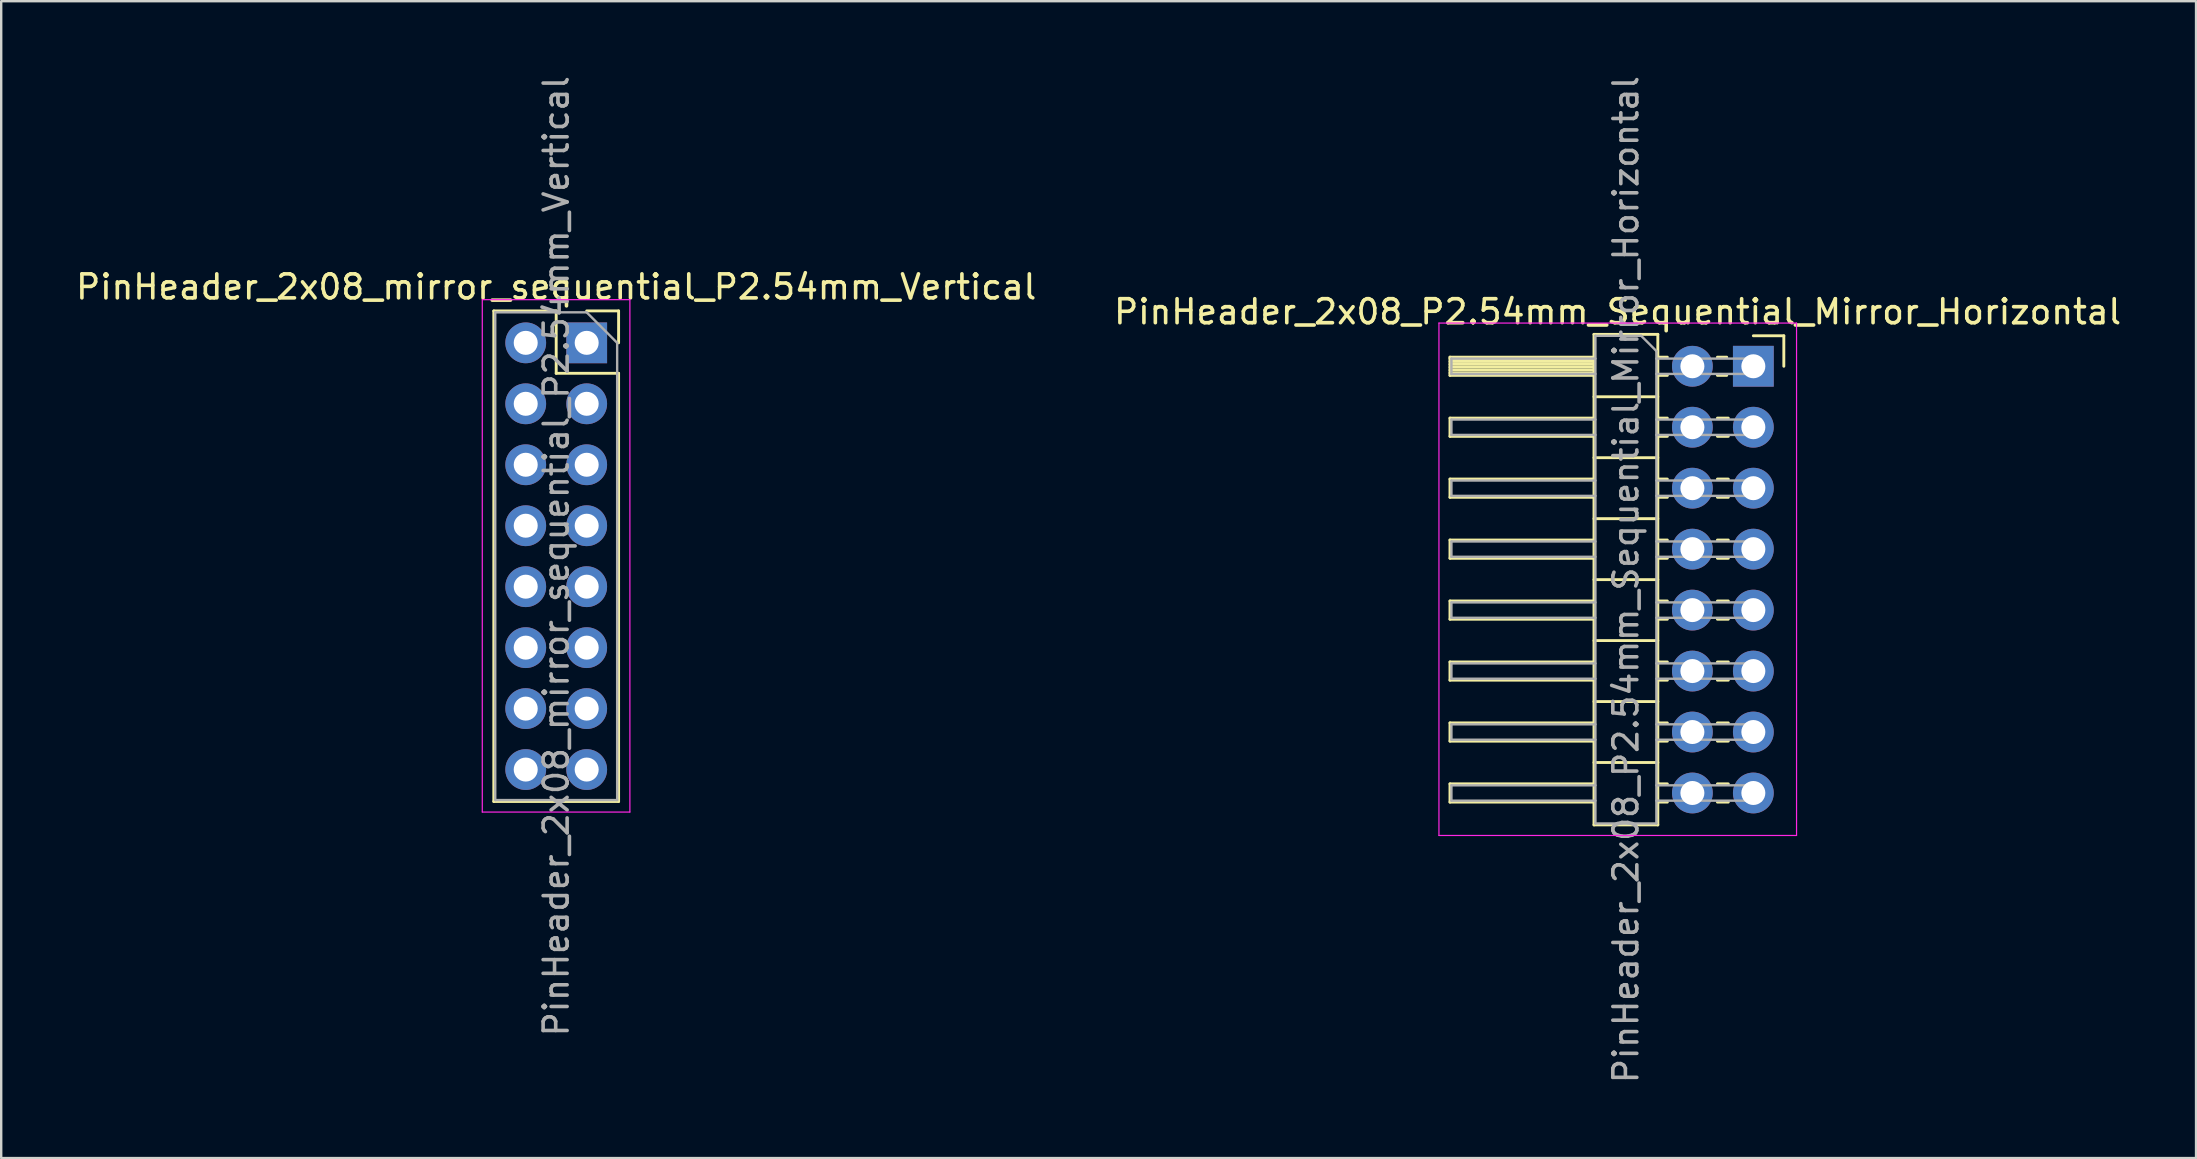
<source format=kicad_pcb>
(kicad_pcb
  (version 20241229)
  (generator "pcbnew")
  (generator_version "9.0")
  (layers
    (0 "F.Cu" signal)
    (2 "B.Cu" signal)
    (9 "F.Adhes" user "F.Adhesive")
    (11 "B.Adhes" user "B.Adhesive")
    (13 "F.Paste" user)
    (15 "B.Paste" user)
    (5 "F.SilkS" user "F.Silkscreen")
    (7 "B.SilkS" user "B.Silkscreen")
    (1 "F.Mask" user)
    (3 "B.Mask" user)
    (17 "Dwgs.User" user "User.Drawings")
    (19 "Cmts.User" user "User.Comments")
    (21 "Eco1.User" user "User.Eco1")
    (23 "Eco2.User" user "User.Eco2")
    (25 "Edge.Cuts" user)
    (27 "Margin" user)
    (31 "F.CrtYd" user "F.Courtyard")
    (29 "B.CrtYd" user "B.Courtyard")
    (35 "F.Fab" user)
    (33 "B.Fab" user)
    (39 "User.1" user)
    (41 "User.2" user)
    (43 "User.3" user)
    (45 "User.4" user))
  (footprint "PinHeader_2x08_P2.54mm_Sequential_Mirror_Horizontal"
    (layer "F.Cu")
    (at 70.006 12.211)
    (property "Reference" "PinHeader_2x08_P2.54mm_Sequential_Mirror_Horizontal" (at -5.655 -2.27 0) (layer "F.SilkS") (effects (font (size 1 1) (thickness 0.15))))
    (attr through_hole)
    (fp_line (start -12.64 -0.38) (end -12.64 0.38) (stroke (width 0.12) (type solid)) (layer "F.SilkS"))
    (fp_line (start -12.64 0.38) (end -6.64 0.38) (stroke (width 0.12) (type solid)) (layer "F.SilkS"))
    (fp_line (start -12.64 2.16) (end -12.64 2.92) (stroke (width 0.12) (type solid)) (layer "F.SilkS"))
    (fp_line (start -12.64 2.92) (end -6.64 2.92) (stroke (width 0.12) (type solid)) (layer "F.SilkS"))
    (fp_line (start -12.64 4.7) (end -12.64 5.46) (stroke (width 0.12) (type solid)) (layer "F.SilkS"))
    (fp_line (start -12.64 5.46) (end -6.64 5.46) (stroke (width 0.12) (type solid)) (layer "F.SilkS"))
    (fp_line (start -12.64 7.24) (end -12.64 8) (stroke (width 0.12) (type solid)) (layer "F.SilkS"))
    (fp_line (start -12.64 8) (end -6.64 8) (stroke (width 0.12) (type solid)) (layer "F.SilkS"))
    (fp_line (start -12.64 9.78) (end -12.64 10.54) (stroke (width 0.12) (type solid)) (layer "F.SilkS"))
    (fp_line (start -12.64 10.54) (end -6.64 10.54) (stroke (width 0.12) (type solid)) (layer "F.SilkS"))
    (fp_line (start -12.64 12.32) (end -12.64 13.08) (stroke (width 0.12) (type solid)) (layer "F.SilkS"))
    (fp_line (start -12.64 13.08) (end -6.64 13.08) (stroke (width 0.12) (type solid)) (layer "F.SilkS"))
    (fp_line (start -12.64 14.86) (end -12.64 15.62) (stroke (width 0.12) (type solid)) (layer "F.SilkS"))
    (fp_line (start -12.64 15.62) (end -6.64 15.62) (stroke (width 0.12) (type solid)) (layer "F.SilkS"))
    (fp_line (start -12.64 17.4) (end -12.64 18.16) (stroke (width 0.12) (type solid)) (layer "F.SilkS"))
    (fp_line (start -12.64 18.16) (end -6.64 18.16) (stroke (width 0.12) (type solid)) (layer "F.SilkS"))
    (fp_line (start -6.64 -1.33) (end -3.98 -1.33) (stroke (width 0.12) (type solid)) (layer "F.SilkS"))
    (fp_line (start -6.64 -0.38) (end -12.64 -0.38) (stroke (width 0.12) (type solid)) (layer "F.SilkS"))
    (fp_line (start -6.64 -0.32) (end -12.64 -0.32) (stroke (width 0.12) (type solid)) (layer "F.SilkS"))
    (fp_line (start -6.64 -0.2) (end -12.64 -0.2) (stroke (width 0.12) (type solid)) (layer "F.SilkS"))
    (fp_line (start -6.64 -0.08) (end -12.64 -0.08) (stroke (width 0.12) (type solid)) (layer "F.SilkS"))
    (fp_line (start -6.64 0.04) (end -12.64 0.04) (stroke (width 0.12) (type solid)) (layer "F.SilkS"))
    (fp_line (start -6.64 0.16) (end -12.64 0.16) (stroke (width 0.12) (type solid)) (layer "F.SilkS"))
    (fp_line (start -6.64 0.28) (end -12.64 0.28) (stroke (width 0.12) (type solid)) (layer "F.SilkS"))
    (fp_line (start -6.64 2.16) (end -12.64 2.16) (stroke (width 0.12) (type solid)) (layer "F.SilkS"))
    (fp_line (start -6.64 4.7) (end -12.64 4.7) (stroke (width 0.12) (type solid)) (layer "F.SilkS"))
    (fp_line (start -6.64 7.24) (end -12.64 7.24) (stroke (width 0.12) (type solid)) (layer "F.SilkS"))
    (fp_line (start -6.64 9.78) (end -12.64 9.78) (stroke (width 0.12) (type solid)) (layer "F.SilkS"))
    (fp_line (start -6.64 12.32) (end -12.64 12.32) (stroke (width 0.12) (type solid)) (layer "F.SilkS"))
    (fp_line (start -6.64 14.86) (end -12.64 14.86) (stroke (width 0.12) (type solid)) (layer "F.SilkS"))
    (fp_line (start -6.64 17.4) (end -12.64 17.4) (stroke (width 0.12) (type solid)) (layer "F.SilkS"))
    (fp_line (start -6.64 19.11) (end -6.64 -1.33) (stroke (width 0.12) (type solid)) (layer "F.SilkS"))
    (fp_line (start -3.98 -1.33) (end -3.98 19.11) (stroke (width 0.12) (type solid)) (layer "F.SilkS"))
    (fp_line (start -3.98 1.27) (end -6.64 1.27) (stroke (width 0.12) (type solid)) (layer "F.SilkS"))
    (fp_line (start -3.98 3.81) (end -6.64 3.81) (stroke (width 0.12) (type solid)) (layer "F.SilkS"))
    (fp_line (start -3.98 6.35) (end -6.64 6.35) (stroke (width 0.12) (type solid)) (layer "F.SilkS"))
    (fp_line (start -3.98 8.89) (end -6.64 8.89) (stroke (width 0.12) (type solid)) (layer "F.SilkS"))
    (fp_line (start -3.98 11.43) (end -6.64 11.43) (stroke (width 0.12) (type solid)) (layer "F.SilkS"))
    (fp_line (start -3.98 13.97) (end -6.64 13.97) (stroke (width 0.12) (type solid)) (layer "F.SilkS"))
    (fp_line (start -3.98 16.51) (end -6.64 16.51) (stroke (width 0.12) (type solid)) (layer "F.SilkS"))
    (fp_line (start -3.98 19.11) (end -6.64 19.11) (stroke (width 0.12) (type solid)) (layer "F.SilkS"))
    (fp_line (start -3.583 -0.38) (end -3.98 -0.38) (stroke (width 0.12) (type solid)) (layer "F.SilkS"))
    (fp_line (start -3.583 0.38) (end -3.98 0.38) (stroke (width 0.12) (type solid)) (layer "F.SilkS"))
    (fp_line (start -3.583 2.16) (end -3.98 2.16) (stroke (width 0.12) (type solid)) (layer "F.SilkS"))
    (fp_line (start -3.583 2.92) (end -3.98 2.92) (stroke (width 0.12) (type solid)) (layer "F.SilkS"))
    (fp_line (start -3.583 4.7) (end -3.98 4.7) (stroke (width 0.12) (type solid)) (layer "F.SilkS"))
    (fp_line (start -3.583 5.46) (end -3.98 5.46) (stroke (width 0.12) (type solid)) (layer "F.SilkS"))
    (fp_line (start -3.583 7.24) (end -3.98 7.24) (stroke (width 0.12) (type solid)) (layer "F.SilkS"))
    (fp_line (start -3.583 8) (end -3.98 8) (stroke (width 0.12) (type solid)) (layer "F.SilkS"))
    (fp_line (start -3.583 9.78) (end -3.98 9.78) (stroke (width 0.12) (type solid)) (layer "F.SilkS"))
    (fp_line (start -3.583 10.54) (end -3.98 10.54) (stroke (width 0.12) (type solid)) (layer "F.SilkS"))
    (fp_line (start -3.583 12.32) (end -3.98 12.32) (stroke (width 0.12) (type solid)) (layer "F.SilkS"))
    (fp_line (start -3.583 13.08) (end -3.98 13.08) (stroke (width 0.12) (type solid)) (layer "F.SilkS"))
    (fp_line (start -3.583 14.86) (end -3.98 14.86) (stroke (width 0.12) (type solid)) (layer "F.SilkS"))
    (fp_line (start -3.583 15.62) (end -3.98 15.62) (stroke (width 0.12) (type solid)) (layer "F.SilkS"))
    (fp_line (start -3.583 17.4) (end -3.98 17.4) (stroke (width 0.12) (type solid)) (layer "F.SilkS"))
    (fp_line (start -3.583 18.16) (end -3.98 18.16) (stroke (width 0.12) (type solid)) (layer "F.SilkS"))
    (fp_line (start -1.11 -0.38) (end -1.497 -0.38) (stroke (width 0.12) (type solid)) (layer "F.SilkS"))
    (fp_line (start -1.11 0.38) (end -1.497 0.38) (stroke (width 0.12) (type solid)) (layer "F.SilkS"))
    (fp_line (start -1.043 2.16) (end -1.497 2.16) (stroke (width 0.12) (type solid)) (layer "F.SilkS"))
    (fp_line (start -1.043 2.92) (end -1.497 2.92) (stroke (width 0.12) (type solid)) (layer "F.SilkS"))
    (fp_line (start -1.043 4.7) (end -1.497 4.7) (stroke (width 0.12) (type solid)) (layer "F.SilkS"))
    (fp_line (start -1.043 5.46) (end -1.497 5.46) (stroke (width 0.12) (type solid)) (layer "F.SilkS"))
    (fp_line (start -1.043 7.24) (end -1.497 7.24) (stroke (width 0.12) (type solid)) (layer "F.SilkS"))
    (fp_line (start -1.043 8) (end -1.497 8) (stroke (width 0.12) (type solid)) (layer "F.SilkS"))
    (fp_line (start -1.043 9.78) (end -1.497 9.78) (stroke (width 0.12) (type solid)) (layer "F.SilkS"))
    (fp_line (start -1.043 10.54) (end -1.497 10.54) (stroke (width 0.12) (type solid)) (layer "F.SilkS"))
    (fp_line (start -1.043 12.32) (end -1.497 12.32) (stroke (width 0.12) (type solid)) (layer "F.SilkS"))
    (fp_line (start -1.043 13.08) (end -1.497 13.08) (stroke (width 0.12) (type solid)) (layer "F.SilkS"))
    (fp_line (start -1.043 14.86) (end -1.497 14.86) (stroke (width 0.12) (type solid)) (layer "F.SilkS"))
    (fp_line (start -1.043 15.62) (end -1.497 15.62) (stroke (width 0.12) (type solid)) (layer "F.SilkS"))
    (fp_line (start -1.043 17.4) (end -1.497 17.4) (stroke (width 0.12) (type solid)) (layer "F.SilkS"))
    (fp_line (start -1.043 18.16) (end -1.497 18.16) (stroke (width 0.12) (type solid)) (layer "F.SilkS"))
    (fp_line (start 1.27 -1.27) (end 0 -1.27) (stroke (width 0.12) (type solid)) (layer "F.SilkS"))
    (fp_line (start 1.27 0) (end 1.27 -1.27) (stroke (width 0.12) (type solid)) (layer "F.SilkS"))
    (fp_line (start -13.1 -1.8) (end 1.8 -1.8) (stroke (width 0.05) (type solid)) (layer "F.CrtYd"))
    (fp_line (start -13.1 19.55) (end -13.1 -1.8) (stroke (width 0.05) (type solid)) (layer "F.CrtYd"))
    (fp_line (start 1.8 -1.8) (end 1.8 19.55) (stroke (width 0.05) (type solid)) (layer "F.CrtYd"))
    (fp_line (start 1.8 19.55) (end -13.1 19.55) (stroke (width 0.05) (type solid)) (layer "F.CrtYd"))
    (fp_line (start -12.58 -0.32) (end -12.58 0.32) (stroke (width 0.1) (type solid)) (layer "F.Fab"))
    (fp_line (start -12.58 2.22) (end -12.58 2.86) (stroke (width 0.1) (type solid)) (layer "F.Fab"))
    (fp_line (start -12.58 4.76) (end -12.58 5.4) (stroke (width 0.1) (type solid)) (layer "F.Fab"))
    (fp_line (start -12.58 7.3) (end -12.58 7.94) (stroke (width 0.1) (type solid)) (layer "F.Fab"))
    (fp_line (start -12.58 9.84) (end -12.58 10.48) (stroke (width 0.1) (type solid)) (layer "F.Fab"))
    (fp_line (start -12.58 12.38) (end -12.58 13.02) (stroke (width 0.1) (type solid)) (layer "F.Fab"))
    (fp_line (start -12.58 14.92) (end -12.58 15.56) (stroke (width 0.1) (type solid)) (layer "F.Fab"))
    (fp_line (start -12.58 17.46) (end -12.58 18.1) (stroke (width 0.1) (type solid)) (layer "F.Fab"))
    (fp_line (start -6.58 -1.27) (end -6.58 19.05) (stroke (width 0.1) (type solid)) (layer "F.Fab"))
    (fp_line (start -6.58 -0.32) (end -12.58 -0.32) (stroke (width 0.1) (type solid)) (layer "F.Fab"))
    (fp_line (start -6.58 0.32) (end -12.58 0.32) (stroke (width 0.1) (type solid)) (layer "F.Fab"))
    (fp_line (start -6.58 2.22) (end -12.58 2.22) (stroke (width 0.1) (type solid)) (layer "F.Fab"))
    (fp_line (start -6.58 2.86) (end -12.58 2.86) (stroke (width 0.1) (type solid)) (layer "F.Fab"))
    (fp_line (start -6.58 4.76) (end -12.58 4.76) (stroke (width 0.1) (type solid)) (layer "F.Fab"))
    (fp_line (start -6.58 5.4) (end -12.58 5.4) (stroke (width 0.1) (type solid)) (layer "F.Fab"))
    (fp_line (start -6.58 7.3) (end -12.58 7.3) (stroke (width 0.1) (type solid)) (layer "F.Fab"))
    (fp_line (start -6.58 7.94) (end -12.58 7.94) (stroke (width 0.1) (type solid)) (layer "F.Fab"))
    (fp_line (start -6.58 9.84) (end -12.58 9.84) (stroke (width 0.1) (type solid)) (layer "F.Fab"))
    (fp_line (start -6.58 10.48) (end -12.58 10.48) (stroke (width 0.1) (type solid)) (layer "F.Fab"))
    (fp_line (start -6.58 12.38) (end -12.58 12.38) (stroke (width 0.1) (type solid)) (layer "F.Fab"))
    (fp_line (start -6.58 13.02) (end -12.58 13.02) (stroke (width 0.1) (type solid)) (layer "F.Fab"))
    (fp_line (start -6.58 14.92) (end -12.58 14.92) (stroke (width 0.1) (type solid)) (layer "F.Fab"))
    (fp_line (start -6.58 15.56) (end -12.58 15.56) (stroke (width 0.1) (type solid)) (layer "F.Fab"))
    (fp_line (start -6.58 17.46) (end -12.58 17.46) (stroke (width 0.1) (type solid)) (layer "F.Fab"))
    (fp_line (start -6.58 18.1) (end -12.58 18.1) (stroke (width 0.1) (type solid)) (layer "F.Fab"))
    (fp_line (start -6.58 19.05) (end -4.04 19.05) (stroke (width 0.1) (type solid)) (layer "F.Fab"))
    (fp_line (start -4.675 -1.27) (end -6.58 -1.27) (stroke (width 0.1) (type solid)) (layer "F.Fab"))
    (fp_line (start -4.04 -0.635) (end -4.675 -1.27) (stroke (width 0.1) (type solid)) (layer "F.Fab"))
    (fp_line (start -4.04 19.05) (end -4.04 -0.635) (stroke (width 0.1) (type solid)) (layer "F.Fab"))
    (fp_line (start 0.32 -0.32) (end -4.04 -0.32) (stroke (width 0.1) (type solid)) (layer "F.Fab"))
    (fp_line (start 0.32 -0.32) (end 0.32 0.32) (stroke (width 0.1) (type solid)) (layer "F.Fab"))
    (fp_line (start 0.32 0.32) (end -4.04 0.32) (stroke (width 0.1) (type solid)) (layer "F.Fab"))
    (fp_line (start 0.32 2.22) (end -4.04 2.22) (stroke (width 0.1) (type solid)) (layer "F.Fab"))
    (fp_line (start 0.32 2.22) (end 0.32 2.86) (stroke (width 0.1) (type solid)) (layer "F.Fab"))
    (fp_line (start 0.32 2.86) (end -4.04 2.86) (stroke (width 0.1) (type solid)) (layer "F.Fab"))
    (fp_line (start 0.32 4.76) (end -4.04 4.76) (stroke (width 0.1) (type solid)) (layer "F.Fab"))
    (fp_line (start 0.32 4.76) (end 0.32 5.4) (stroke (width 0.1) (type solid)) (layer "F.Fab"))
    (fp_line (start 0.32 5.4) (end -4.04 5.4) (stroke (width 0.1) (type solid)) (layer "F.Fab"))
    (fp_line (start 0.32 7.3) (end -4.04 7.3) (stroke (width 0.1) (type solid)) (layer "F.Fab"))
    (fp_line (start 0.32 7.3) (end 0.32 7.94) (stroke (width 0.1) (type solid)) (layer "F.Fab"))
    (fp_line (start 0.32 7.94) (end -4.04 7.94) (stroke (width 0.1) (type solid)) (layer "F.Fab"))
    (fp_line (start 0.32 9.84) (end -4.04 9.84) (stroke (width 0.1) (type solid)) (layer "F.Fab"))
    (fp_line (start 0.32 9.84) (end 0.32 10.48) (stroke (width 0.1) (type solid)) (layer "F.Fab"))
    (fp_line (start 0.32 10.48) (end -4.04 10.48) (stroke (width 0.1) (type solid)) (layer "F.Fab"))
    (fp_line (start 0.32 12.38) (end -4.04 12.38) (stroke (width 0.1) (type solid)) (layer "F.Fab"))
    (fp_line (start 0.32 12.38) (end 0.32 13.02) (stroke (width 0.1) (type solid)) (layer "F.Fab"))
    (fp_line (start 0.32 13.02) (end -4.04 13.02) (stroke (width 0.1) (type solid)) (layer "F.Fab"))
    (fp_line (start 0.32 14.92) (end -4.04 14.92) (stroke (width 0.1) (type solid)) (layer "F.Fab"))
    (fp_line (start 0.32 14.92) (end 0.32 15.56) (stroke (width 0.1) (type solid)) (layer "F.Fab"))
    (fp_line (start 0.32 15.56) (end -4.04 15.56) (stroke (width 0.1) (type solid)) (layer "F.Fab"))
    (fp_line (start 0.32 17.46) (end -4.04 17.46) (stroke (width 0.1) (type solid)) (layer "F.Fab"))
    (fp_line (start 0.32 17.46) (end 0.32 18.1) (stroke (width 0.1) (type solid)) (layer "F.Fab"))
    (fp_line (start 0.32 18.1) (end -4.04 18.1) (stroke (width 0.1) (type solid)) (layer "F.Fab"))
    (fp_text user "${REFERENCE}" (at -5.31 8.89 90) (layer "F.Fab") (effects (font (size 1 1) (thickness 0.15))))
    (pad "1" thru_hole rect (at 0 0) (size 1.7 1.7) (drill 1) (layers "*.Cu" "*.Mask"))
    (pad "2" thru_hole oval (at 0 2.54) (size 1.7 1.7) (drill 1) (layers "*.Cu" "*.Mask"))
    (pad "3" thru_hole oval (at 0 5.08) (size 1.7 1.7) (drill 1) (layers "*.Cu" "*.Mask"))
    (pad "4" thru_hole oval (at 0 7.62) (size 1.7 1.7) (drill 1) (layers "*.Cu" "*.Mask"))
    (pad "5" thru_hole oval (at 0 10.16) (size 1.7 1.7) (drill 1) (layers "*.Cu" "*.Mask"))
    (pad "6" thru_hole oval (at 0 12.7) (size 1.7 1.7) (drill 1) (layers "*.Cu" "*.Mask"))
    (pad "7" thru_hole oval (at 0 15.24) (size 1.7 1.7) (drill 1) (layers "*.Cu" "*.Mask"))
    (pad "8" thru_hole oval (at 0 17.78) (size 1.7 1.7) (drill 1) (layers "*.Cu" "*.Mask"))
    (pad "9" thru_hole oval (at -2.54 0) (size 1.7 1.7) (drill 1) (layers "*.Cu" "*.Mask"))
    (pad "10" thru_hole oval (at -2.54 2.54) (size 1.7 1.7) (drill 1) (layers "*.Cu" "*.Mask"))
    (pad "11" thru_hole oval (at -2.54 5.08) (size 1.7 1.7) (drill 1) (layers "*.Cu" "*.Mask"))
    (pad "12" thru_hole oval (at -2.54 7.62) (size 1.7 1.7) (drill 1) (layers "*.Cu" "*.Mask"))
    (pad "13" thru_hole oval (at -2.54 10.16) (size 1.7 1.7) (drill 1) (layers "*.Cu" "*.Mask"))
    (pad "14" thru_hole oval (at -2.54 12.7) (size 1.7 1.7) (drill 1) (layers "*.Cu" "*.Mask"))
    (pad "15" thru_hole oval (at -2.54 15.24) (size 1.7 1.7) (drill 1) (layers "*.Cu" "*.Mask"))
    (pad "16" thru_hole oval (at -2.54 17.78) (size 1.7 1.7) (drill 1) (layers "*.Cu" "*.Mask")))
  (footprint "PinHeader_2x08_mirror_sequential_P2.54mm_Vertical"
    (layer "F.Cu")
    (at 21.395 11.235)
    (property "Reference" "PinHeader_2x08_mirror_sequential_P2.54mm_Vertical" (at -1.27 -2.33 0) (layer "F.SilkS") (effects (font (size 1 1) (thickness 0.15))))
    (attr through_hole)
    (fp_line (start -3.87 -1.33) (end -3.87 19.11) (stroke (width 0.12) (type solid)) (layer "F.SilkS"))
    (fp_line (start -1.27 -1.33) (end -3.87 -1.33) (stroke (width 0.12) (type solid)) (layer "F.SilkS"))
    (fp_line (start -1.27 1.27) (end -1.27 -1.33) (stroke (width 0.12) (type solid)) (layer "F.SilkS"))
    (fp_line (start 1.33 -1.33) (end 0 -1.33) (stroke (width 0.12) (type solid)) (layer "F.SilkS"))
    (fp_line (start 1.33 0) (end 1.33 -1.33) (stroke (width 0.12) (type solid)) (layer "F.SilkS"))
    (fp_line (start 1.33 1.27) (end -1.27 1.27) (stroke (width 0.12) (type solid)) (layer "F.SilkS"))
    (fp_line (start 1.33 1.27) (end 1.33 19.11) (stroke (width 0.12) (type solid)) (layer "F.SilkS"))
    (fp_line (start 1.33 19.11) (end -3.87 19.11) (stroke (width 0.12) (type solid)) (layer "F.SilkS"))
    (fp_line (start -4.35 -1.8) (end 1.8 -1.8) (stroke (width 0.05) (type solid)) (layer "F.CrtYd"))
    (fp_line (start -4.35 19.55) (end -4.35 -1.8) (stroke (width 0.05) (type solid)) (layer "F.CrtYd"))
    (fp_line (start 1.8 -1.8) (end 1.8 19.55) (stroke (width 0.05) (type solid)) (layer "F.CrtYd"))
    (fp_line (start 1.8 19.55) (end -4.35 19.55) (stroke (width 0.05) (type solid)) (layer "F.CrtYd"))
    (fp_line (start -3.81 -1.27) (end -3.81 19.05) (stroke (width 0.1) (type solid)) (layer "F.Fab"))
    (fp_line (start -3.81 19.05) (end 1.27 19.05) (stroke (width 0.1) (type solid)) (layer "F.Fab"))
    (fp_line (start 0 -1.27) (end -3.81 -1.27) (stroke (width 0.1) (type solid)) (layer "F.Fab"))
    (fp_line (start 1.27 0) (end 0 -1.27) (stroke (width 0.1) (type solid)) (layer "F.Fab"))
    (fp_line (start 1.27 19.05) (end 1.27 0) (stroke (width 0.1) (type solid)) (layer "F.Fab"))
    (fp_text user "${REFERENCE}" (at -1.27 8.89 90) (layer "F.Fab") (effects (font (size 1 1) (thickness 0.15))))
    (pad "1" thru_hole rect (at 0 0) (size 1.7 1.7) (drill 1) (layers "*.Cu" "*.Mask"))
    (pad "2" thru_hole oval (at 0 2.54) (size 1.7 1.7) (drill 1) (layers "*.Cu" "*.Mask"))
    (pad "3" thru_hole oval (at 0 5.08) (size 1.7 1.7) (drill 1) (layers "*.Cu" "*.Mask"))
    (pad "4" thru_hole oval (at 0 7.62) (size 1.7 1.7) (drill 1) (layers "*.Cu" "*.Mask"))
    (pad "5" thru_hole oval (at 0 10.16) (size 1.7 1.7) (drill 1) (layers "*.Cu" "*.Mask"))
    (pad "6" thru_hole oval (at 0 12.7) (size 1.7 1.7) (drill 1) (layers "*.Cu" "*.Mask"))
    (pad "7" thru_hole oval (at 0 15.24) (size 1.7 1.7) (drill 1) (layers "*.Cu" "*.Mask"))
    (pad "8" thru_hole oval (at 0 17.78) (size 1.7 1.7) (drill 1) (layers "*.Cu" "*.Mask"))
    (pad "9" thru_hole oval (at -2.54 0) (size 1.7 1.7) (drill 1) (layers "*.Cu" "*.Mask"))
    (pad "10" thru_hole oval (at -2.54 2.54) (size 1.7 1.7) (drill 1) (layers "*.Cu" "*.Mask"))
    (pad "11" thru_hole oval (at -2.54 5.08) (size 1.7 1.7) (drill 1) (layers "*.Cu" "*.Mask"))
    (pad "12" thru_hole oval (at -2.54 7.62) (size 1.7 1.7) (drill 1) (layers "*.Cu" "*.Mask"))
    (pad "13" thru_hole oval (at -2.54 10.16) (size 1.7 1.7) (drill 1) (layers "*.Cu" "*.Mask"))
    (pad "14" thru_hole oval (at -2.54 12.7) (size 1.7 1.7) (drill 1) (layers "*.Cu" "*.Mask"))
    (pad "15" thru_hole oval (at -2.54 15.24) (size 1.7 1.7) (drill 1) (layers "*.Cu" "*.Mask"))
    (pad "16" thru_hole oval (at -2.54 17.78) (size 1.7 1.7) (drill 1) (layers "*.Cu" "*.Mask")))
  (gr_rect
    (start -3 -3)
    (end 88.452 45.202)
    (stroke (width 0.1) (type default))
    (fill no)
    (layer "Edge.Cuts")))
</source>
